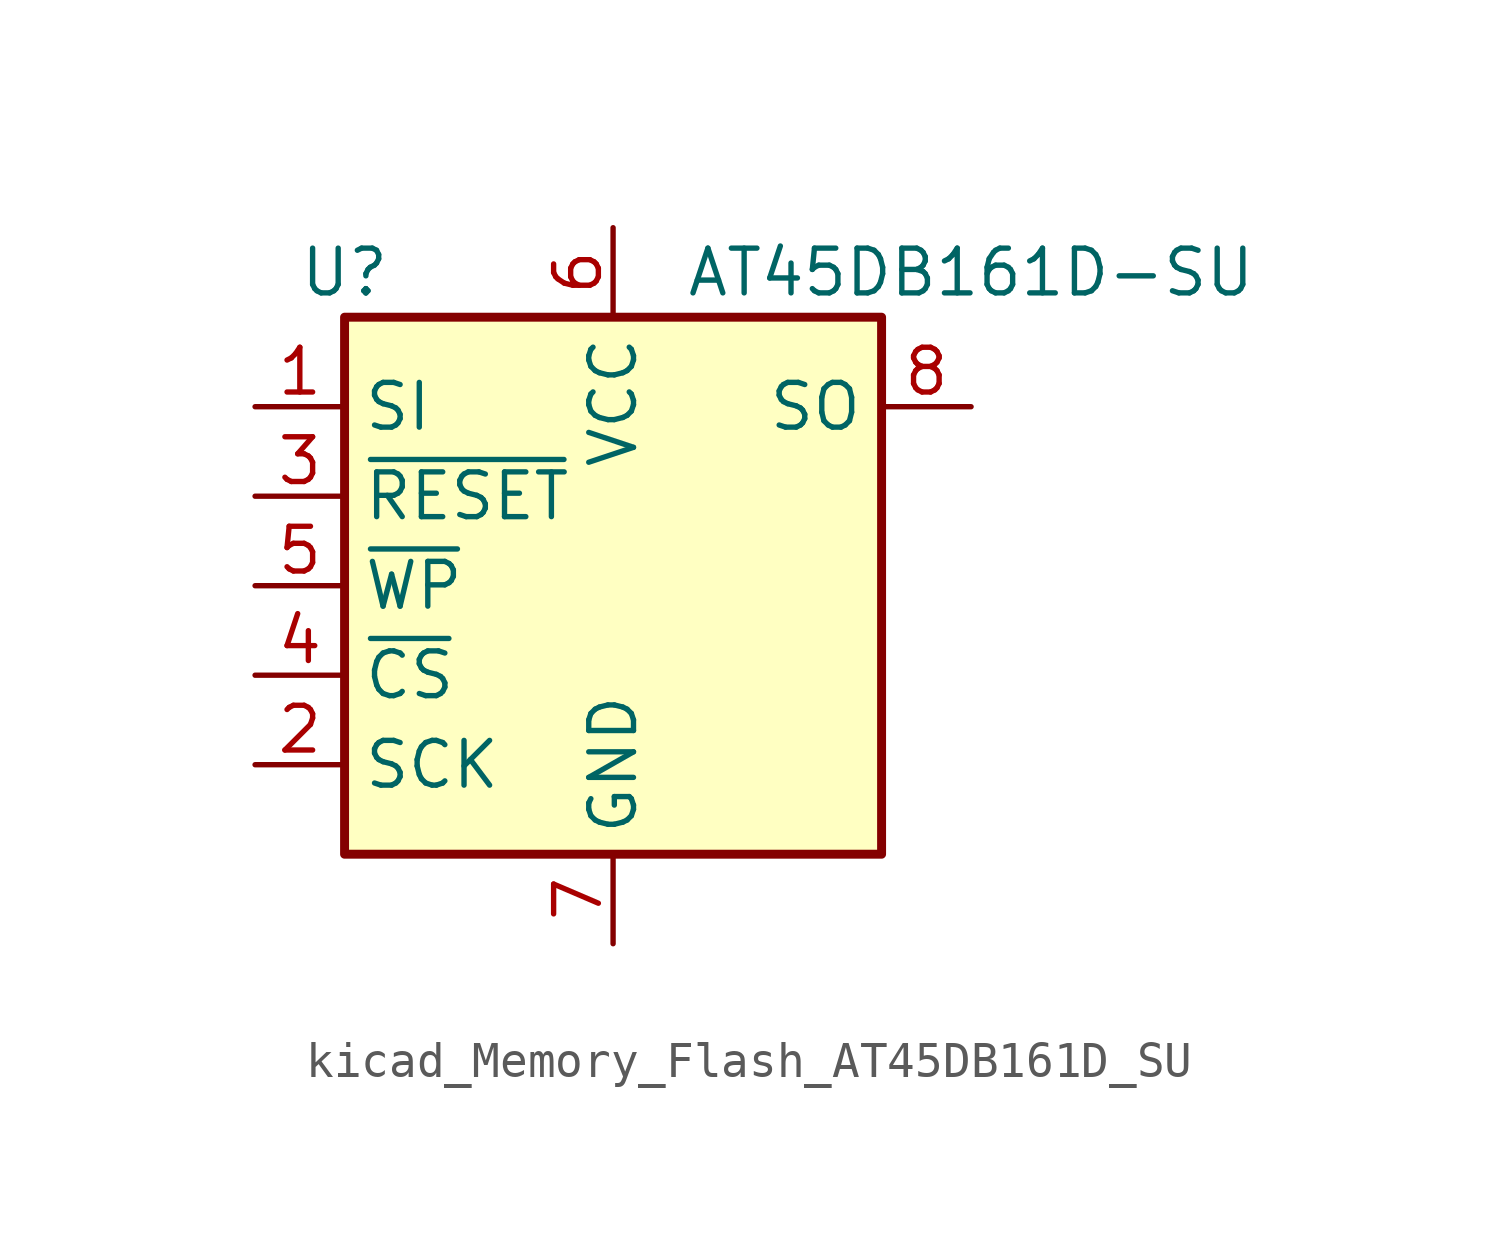
<source format=kicad_sym>
(kicad_symbol_lib
  (version 20220914)
  (generator kicad_symbol_editor)
  (symbol "kicad_Memory_Flash_AT45DB161D_SU"
    (property "Reference" "U"
      (at -7.62 8.89 0)
      (effects (font (size 1.27 1.27))))
    (property "Value" "AT45DB161D-SU"
      (at 10.16 8.89 0)
      (effects (font (size 1.27 1.27))))
    (symbol "kicad_Memory_Flash_AT45DB161D_SU_1_1"
      (rectangle (start -7.62 7.62) (end 7.62 -7.62) (stroke (width 0.254) (type default)) (fill (type background)))
      (pin input line (at -10.16 5.08 0) (length 2.54) (name "SI" (effects (font (size 1.27 1.27)))) (number "1" (effects (font (size 1.27 1.27)))))
      (pin input line (at -10.16 -5.08 0) (length 2.54) (name "SCK" (effects (font (size 1.27 1.27)))) (number "2" (effects (font (size 1.27 1.27)))))
      (pin bidirectional line (at -10.16 2.54 0) (length 2.54) (name "~{RESET}" (effects (font (size 1.27 1.27)))) (number "3" (effects (font (size 1.27 1.27)))))
      (pin input line (at -10.16 -2.54 0) (length 2.54) (name "~{CS}" (effects (font (size 1.27 1.27)))) (number "4" (effects (font (size 1.27 1.27)))))
      (pin input line (at -10.16 0 0) (length 2.54) (name "~{WP}" (effects (font (size 1.27 1.27)))) (number "5" (effects (font (size 1.27 1.27)))))
      (pin power_in line (at 0 10.16 270) (length 2.54) (name "VCC" (effects (font (size 1.27 1.27)))) (number "6" (effects (font (size 1.27 1.27)))))
      (pin power_in line (at 0 -10.16 90) (length 2.54) (name "GND" (effects (font (size 1.27 1.27)))) (number "7" (effects (font (size 1.27 1.27)))))
      (pin output line (at 10.16 5.08 180) (length 2.54) (name "SO" (effects (font (size 1.27 1.27)))) (number "8" (effects (font (size 1.27 1.27))))))))
</source>
